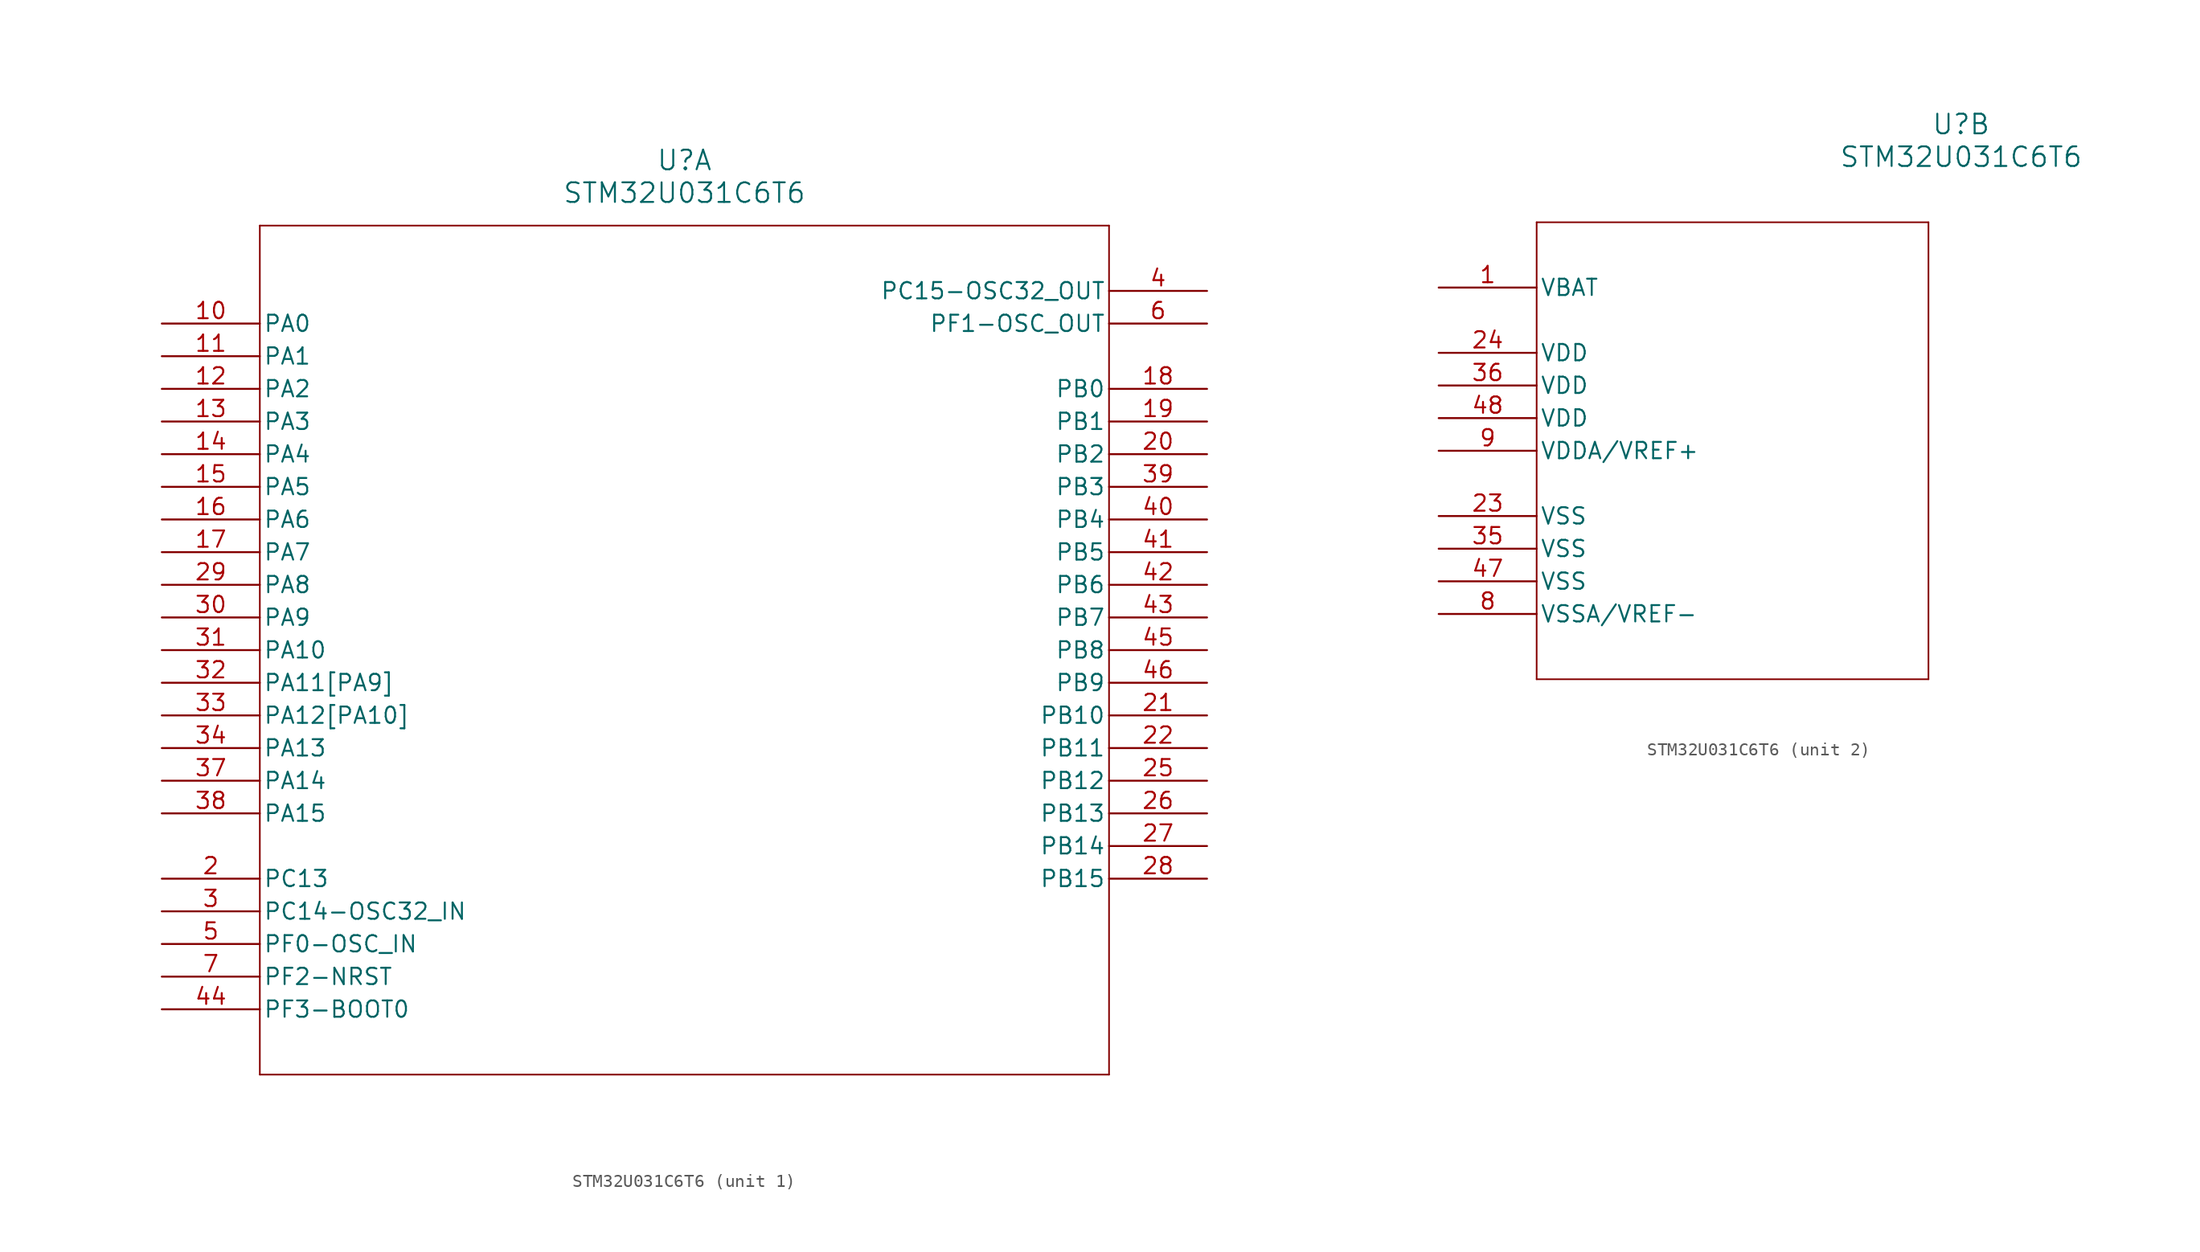
<source format=kicad_sym>
(kicad_symbol_lib
  (version 20211014)
  (generator kicad_symbol_editor)
  (symbol "STM32U031C6T6"
    (pin_names
      (offset 0.254))
    (property "Reference" "U"
      (at 40.64 12.7 0)
      (effects (font (size 1.524 1.524))))
    (property "Value" "STM32U031C6T6"
      (at 40.64 10.16 0)
      (effects (font (size 1.524 1.524))))
    (symbol "STM32U031C6T6_1_1"
      (polyline (pts (xy 7.62 7.62) (xy 7.62 -58.42)) (stroke (width 0.127) (type default) (color 0 0 0 0)) (fill (type none)))
      (polyline (pts (xy 7.62 -58.42) (xy 73.66 -58.42)) (stroke (width 0.127) (type default) (color 0 0 0 0)) (fill (type none)))
      (polyline (pts (xy 73.66 -58.42) (xy 73.66 7.62)) (stroke (width 0.127) (type default) (color 0 0 0 0)) (fill (type none)))
      (polyline (pts (xy 73.66 7.62) (xy 7.62 7.62)) (stroke (width 0.127) (type default) (color 0 0 0 0)) (fill (type none)))
      (pin bidirectional line (at 0 -43.18 0) (length 7.62) (name "PC13" (effects (font (size 1.27 1.27)))) (number "2" (effects (font (size 1.27 1.27)))))
      (pin bidirectional line (at 0 -45.72 0) (length 7.62) (name "PC14-OSC32_IN" (effects (font (size 1.27 1.27)))) (number "3" (effects (font (size 1.27 1.27)))))
      (pin bidirectional line (at 81.28 2.54 180) (length 7.62) (name "PC15-OSC32_OUT" (effects (font (size 1.27 1.27)))) (number "4" (effects (font (size 1.27 1.27)))))
      (pin bidirectional line (at 0 -48.26 0) (length 7.62) (name "PF0-OSC_IN" (effects (font (size 1.27 1.27)))) (number "5" (effects (font (size 1.27 1.27)))))
      (pin bidirectional line (at 81.28 0 180) (length 7.62) (name "PF1-OSC_OUT" (effects (font (size 1.27 1.27)))) (number "6" (effects (font (size 1.27 1.27)))))
      (pin bidirectional line (at 0 -50.8 0) (length 7.62) (name "PF2-NRST" (effects (font (size 1.27 1.27)))) (number "7" (effects (font (size 1.27 1.27)))))
      (pin bidirectional line (at 0 0 0) (length 7.62) (name "PA0" (effects (font (size 1.27 1.27)))) (number "10" (effects (font (size 1.27 1.27)))))
      (pin bidirectional line (at 0 -2.54 0) (length 7.62) (name "PA1" (effects (font (size 1.27 1.27)))) (number "11" (effects (font (size 1.27 1.27)))))
      (pin bidirectional line (at 0 -5.08 0) (length 7.62) (name "PA2" (effects (font (size 1.27 1.27)))) (number "12" (effects (font (size 1.27 1.27)))))
      (pin bidirectional line (at 0 -7.62 0) (length 7.62) (name "PA3" (effects (font (size 1.27 1.27)))) (number "13" (effects (font (size 1.27 1.27)))))
      (pin bidirectional line (at 0 -10.16 0) (length 7.62) (name "PA4" (effects (font (size 1.27 1.27)))) (number "14" (effects (font (size 1.27 1.27)))))
      (pin bidirectional line (at 0 -12.7 0) (length 7.62) (name "PA5" (effects (font (size 1.27 1.27)))) (number "15" (effects (font (size 1.27 1.27)))))
      (pin bidirectional line (at 0 -15.24 0) (length 7.62) (name "PA6" (effects (font (size 1.27 1.27)))) (number "16" (effects (font (size 1.27 1.27)))))
      (pin bidirectional line (at 0 -17.78 0) (length 7.62) (name "PA7" (effects (font (size 1.27 1.27)))) (number "17" (effects (font (size 1.27 1.27)))))
      (pin bidirectional line (at 81.28 -5.08 180) (length 7.62) (name "PB0" (effects (font (size 1.27 1.27)))) (number "18" (effects (font (size 1.27 1.27)))))
      (pin bidirectional line (at 81.28 -7.62 180) (length 7.62) (name "PB1" (effects (font (size 1.27 1.27)))) (number "19" (effects (font (size 1.27 1.27)))))
      (pin bidirectional line (at 81.28 -10.16 180) (length 7.62) (name "PB2" (effects (font (size 1.27 1.27)))) (number "20" (effects (font (size 1.27 1.27)))))
      (pin bidirectional line (at 81.28 -30.48 180) (length 7.62) (name "PB10" (effects (font (size 1.27 1.27)))) (number "21" (effects (font (size 1.27 1.27)))))
      (pin bidirectional line (at 81.28 -33.02 180) (length 7.62) (name "PB11" (effects (font (size 1.27 1.27)))) (number "22" (effects (font (size 1.27 1.27)))))
      (pin bidirectional line (at 81.28 -35.56 180) (length 7.62) (name "PB12" (effects (font (size 1.27 1.27)))) (number "25" (effects (font (size 1.27 1.27)))))
      (pin bidirectional line (at 81.28 -38.1 180) (length 7.62) (name "PB13" (effects (font (size 1.27 1.27)))) (number "26" (effects (font (size 1.27 1.27)))))
      (pin bidirectional line (at 81.28 -40.64 180) (length 7.62) (name "PB14" (effects (font (size 1.27 1.27)))) (number "27" (effects (font (size 1.27 1.27)))))
      (pin bidirectional line (at 81.28 -43.18 180) (length 7.62) (name "PB15" (effects (font (size 1.27 1.27)))) (number "28" (effects (font (size 1.27 1.27)))))
      (pin bidirectional line (at 0 -20.32 0) (length 7.62) (name "PA8" (effects (font (size 1.27 1.27)))) (number "29" (effects (font (size 1.27 1.27)))))
      (pin bidirectional line (at 0 -22.86 0) (length 7.62) (name "PA9" (effects (font (size 1.27 1.27)))) (number "30" (effects (font (size 1.27 1.27)))))
      (pin bidirectional line (at 0 -25.4 0) (length 7.62) (name "PA10" (effects (font (size 1.27 1.27)))) (number "31" (effects (font (size 1.27 1.27)))))
      (pin bidirectional line (at 0 -27.94 0) (length 7.62) (name "PA11[PA9]" (effects (font (size 1.27 1.27)))) (number "32" (effects (font (size 1.27 1.27)))))
      (pin bidirectional line (at 0 -30.48 0) (length 7.62) (name "PA12[PA10]" (effects (font (size 1.27 1.27)))) (number "33" (effects (font (size 1.27 1.27)))))
      (pin bidirectional line (at 0 -33.02 0) (length 7.62) (name "PA13" (effects (font (size 1.27 1.27)))) (number "34" (effects (font (size 1.27 1.27)))))
      (pin bidirectional line (at 0 -35.56 0) (length 7.62) (name "PA14" (effects (font (size 1.27 1.27)))) (number "37" (effects (font (size 1.27 1.27)))))
      (pin bidirectional line (at 0 -38.1 0) (length 7.62) (name "PA15" (effects (font (size 1.27 1.27)))) (number "38" (effects (font (size 1.27 1.27)))))
      (pin bidirectional line (at 81.28 -12.7 180) (length 7.62) (name "PB3" (effects (font (size 1.27 1.27)))) (number "39" (effects (font (size 1.27 1.27)))))
      (pin bidirectional line (at 81.28 -15.24 180) (length 7.62) (name "PB4" (effects (font (size 1.27 1.27)))) (number "40" (effects (font (size 1.27 1.27)))))
      (pin bidirectional line (at 81.28 -17.78 180) (length 7.62) (name "PB5" (effects (font (size 1.27 1.27)))) (number "41" (effects (font (size 1.27 1.27)))))
      (pin bidirectional line (at 81.28 -20.32 180) (length 7.62) (name "PB6" (effects (font (size 1.27 1.27)))) (number "42" (effects (font (size 1.27 1.27)))))
      (pin bidirectional line (at 81.28 -22.86 180) (length 7.62) (name "PB7" (effects (font (size 1.27 1.27)))) (number "43" (effects (font (size 1.27 1.27)))))
      (pin bidirectional line (at 0 -53.34 0) (length 7.62) (name "PF3-BOOT0" (effects (font (size 1.27 1.27)))) (number "44" (effects (font (size 1.27 1.27)))))
      (pin bidirectional line (at 81.28 -25.4 180) (length 7.62) (name "PB8" (effects (font (size 1.27 1.27)))) (number "45" (effects (font (size 1.27 1.27)))))
      (pin bidirectional line (at 81.28 -27.94 180) (length 7.62) (name "PB9" (effects (font (size 1.27 1.27)))) (number "46" (effects (font (size 1.27 1.27))))))
    (symbol "STM32U031C6T6_2_1"
      (polyline (pts (xy 7.62 5.08) (xy 7.62 -30.48)) (stroke (width 0.127) (type default) (color 0 0 0 0)) (fill (type none)))
      (polyline (pts (xy 7.62 -30.48) (xy 38.1 -30.48)) (stroke (width 0.127) (type default) (color 0 0 0 0)) (fill (type none)))
      (polyline (pts (xy 38.1 -30.48) (xy 38.1 5.08)) (stroke (width 0.127) (type default) (color 0 0 0 0)) (fill (type none)))
      (polyline (pts (xy 38.1 5.08) (xy 7.62 5.08)) (stroke (width 0.127) (type default) (color 0 0 0 0)) (fill (type none)))
      (pin power_in line (at 0 0 0) (length 7.62) (name "VBAT" (effects (font (size 1.27 1.27)))) (number "1" (effects (font (size 1.27 1.27)))))
      (pin power_in line (at 0 -25.4 0) (length 7.62) (name "VSSA/VREF-" (effects (font (size 1.27 1.27)))) (number "8" (effects (font (size 1.27 1.27)))))
      (pin power_in line (at 0 -12.7 0) (length 7.62) (name "VDDA/VREF+" (effects (font (size 1.27 1.27)))) (number "9" (effects (font (size 1.27 1.27)))))
      (pin power_in line (at 0 -17.78 0) (length 7.62) (name "VSS" (effects (font (size 1.27 1.27)))) (number "23" (effects (font (size 1.27 1.27)))))
      (pin power_in line (at 0 -5.08 0) (length 7.62) (name "VDD" (effects (font (size 1.27 1.27)))) (number "24" (effects (font (size 1.27 1.27)))))
      (pin power_in line (at 0 -20.32 0) (length 7.62) (name "VSS" (effects (font (size 1.27 1.27)))) (number "35" (effects (font (size 1.27 1.27)))))
      (pin power_in line (at 0 -7.62 0) (length 7.62) (name "VDD" (effects (font (size 1.27 1.27)))) (number "36" (effects (font (size 1.27 1.27)))))
      (pin power_in line (at 0 -22.86 0) (length 7.62) (name "VSS" (effects (font (size 1.27 1.27)))) (number "47" (effects (font (size 1.27 1.27)))))
      (pin power_in line (at 0 -10.16 0) (length 7.62) (name "VDD" (effects (font (size 1.27 1.27)))) (number "48" (effects (font (size 1.27 1.27))))))))
</source>
